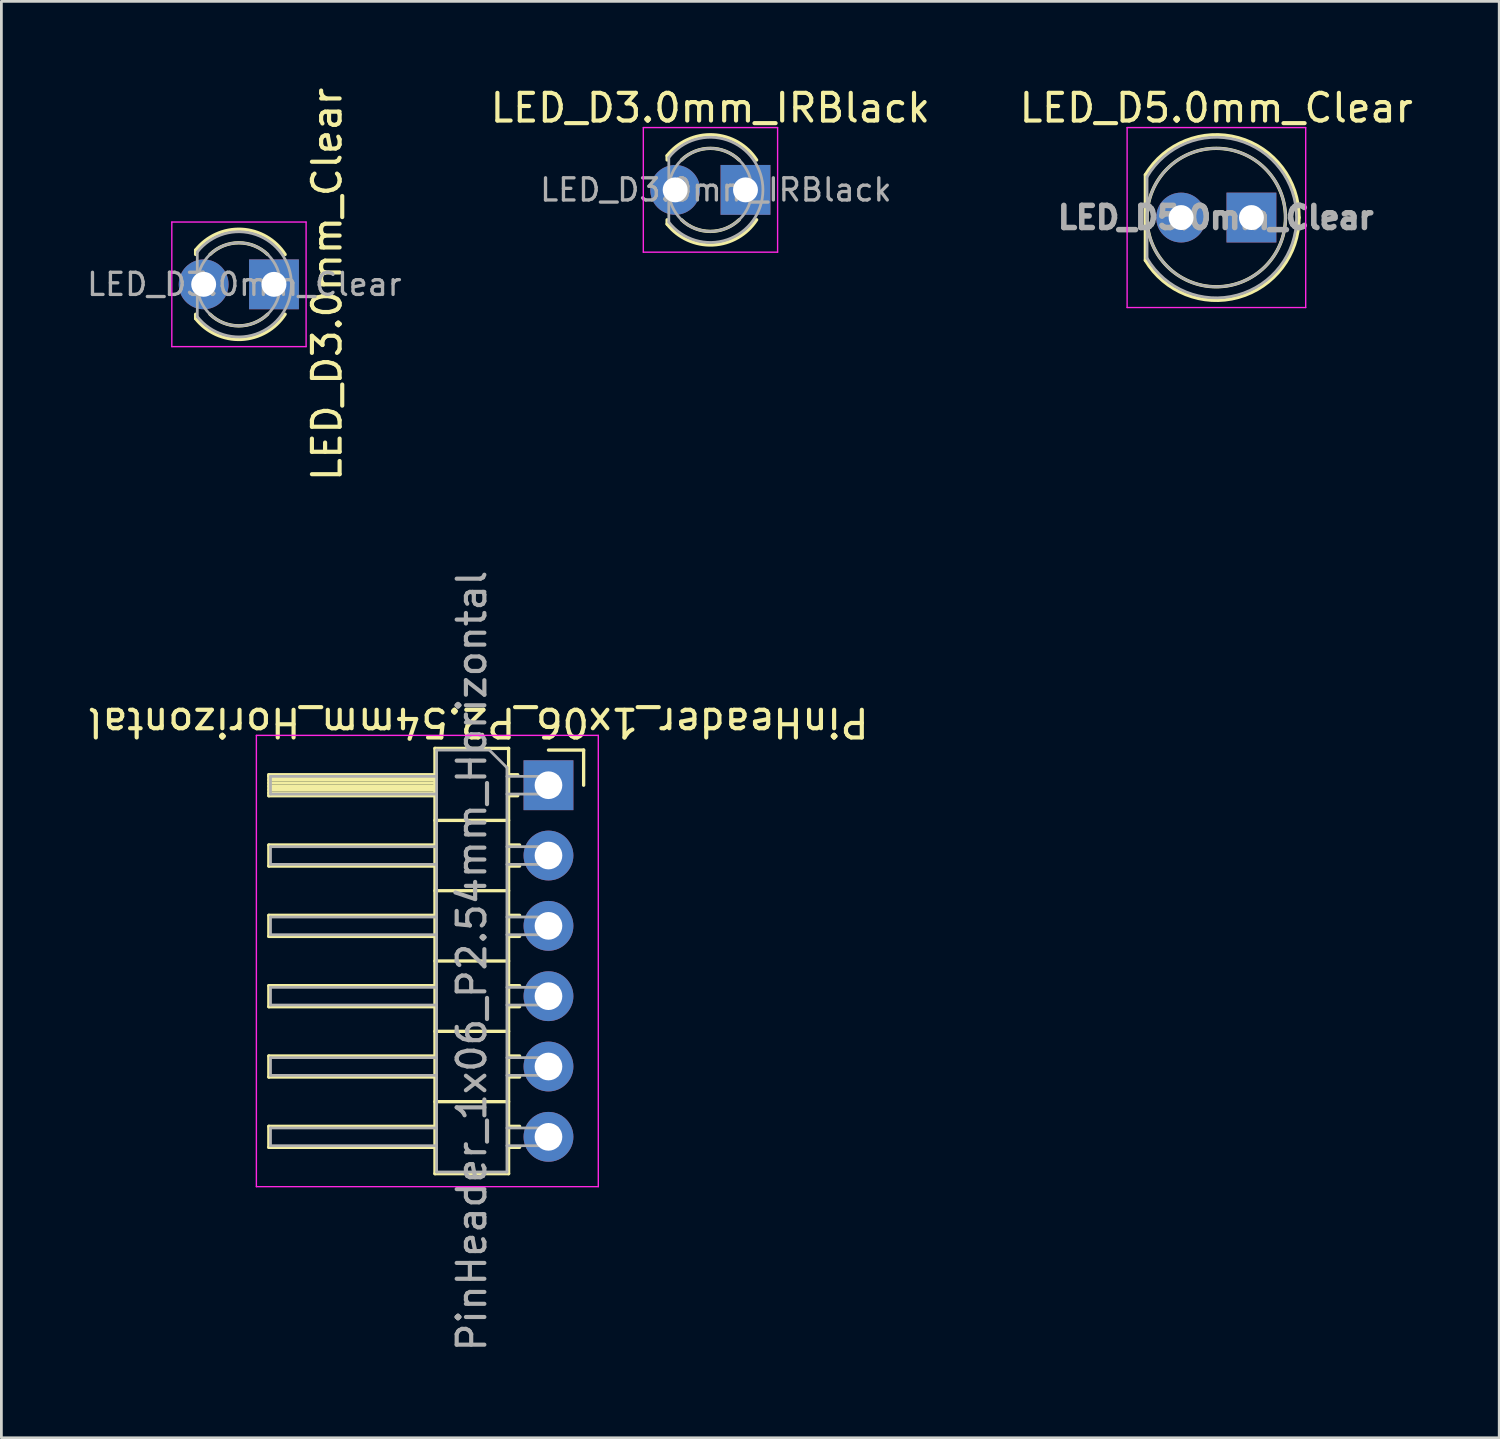
<source format=kicad_pcb>
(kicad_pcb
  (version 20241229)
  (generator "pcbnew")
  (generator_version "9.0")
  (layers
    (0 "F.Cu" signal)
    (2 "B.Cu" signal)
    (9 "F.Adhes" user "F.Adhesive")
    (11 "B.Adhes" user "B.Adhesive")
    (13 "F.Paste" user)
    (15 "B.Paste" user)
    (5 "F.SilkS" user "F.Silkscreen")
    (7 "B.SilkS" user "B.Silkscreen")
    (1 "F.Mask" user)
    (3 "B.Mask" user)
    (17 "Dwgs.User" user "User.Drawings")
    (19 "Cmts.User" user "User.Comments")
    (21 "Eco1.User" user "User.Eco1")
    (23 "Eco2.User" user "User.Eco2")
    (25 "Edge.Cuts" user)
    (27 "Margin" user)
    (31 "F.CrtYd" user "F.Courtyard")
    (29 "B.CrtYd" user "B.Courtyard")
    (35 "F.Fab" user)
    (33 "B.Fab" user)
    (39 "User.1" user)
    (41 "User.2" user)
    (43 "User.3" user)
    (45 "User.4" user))
  (footprint "PinHeader_1x06_P2.54mm_Horizontal"
    (layer "F.Cu")
    (at 16.76 25.311)
    (property "Reference" "PinHeader_1x06_P2.54mm_Horizontal" (at -2.54 -2.27 180) (unlocked yes) (layer "F.SilkS") (effects (font (size 1 1) (thickness 0.15))))
    (attr through_hole)
    (fp_line (start -10.1 -0.38) (end -10.1 0.38) (stroke (width 0.12) (type solid)) (layer "F.SilkS"))
    (fp_line (start -10.1 0.38) (end -4.1 0.38) (stroke (width 0.12) (type solid)) (layer "F.SilkS"))
    (fp_line (start -10.1 2.16) (end -10.1 2.92) (stroke (width 0.12) (type solid)) (layer "F.SilkS"))
    (fp_line (start -10.1 2.92) (end -4.1 2.92) (stroke (width 0.12) (type solid)) (layer "F.SilkS"))
    (fp_line (start -10.1 4.7) (end -10.1 5.46) (stroke (width 0.12) (type solid)) (layer "F.SilkS"))
    (fp_line (start -10.1 5.46) (end -4.1 5.46) (stroke (width 0.12) (type solid)) (layer "F.SilkS"))
    (fp_line (start -10.1 7.24) (end -10.1 8) (stroke (width 0.12) (type solid)) (layer "F.SilkS"))
    (fp_line (start -10.1 8) (end -4.1 8) (stroke (width 0.12) (type solid)) (layer "F.SilkS"))
    (fp_line (start -10.1 9.78) (end -10.1 10.54) (stroke (width 0.12) (type solid)) (layer "F.SilkS"))
    (fp_line (start -10.1 10.54) (end -4.1 10.54) (stroke (width 0.12) (type solid)) (layer "F.SilkS"))
    (fp_line (start -10.1 12.32) (end -10.1 13.08) (stroke (width 0.12) (type solid)) (layer "F.SilkS"))
    (fp_line (start -10.1 13.08) (end -4.1 13.08) (stroke (width 0.12) (type solid)) (layer "F.SilkS"))
    (fp_line (start -4.1 -1.33) (end -1.44 -1.33) (stroke (width 0.12) (type solid)) (layer "F.SilkS"))
    (fp_line (start -4.1 -0.38) (end -10.1 -0.38) (stroke (width 0.12) (type solid)) (layer "F.SilkS"))
    (fp_line (start -4.1 -0.32) (end -10.1 -0.32) (stroke (width 0.12) (type solid)) (layer "F.SilkS"))
    (fp_line (start -4.1 -0.2) (end -10.1 -0.2) (stroke (width 0.12) (type solid)) (layer "F.SilkS"))
    (fp_line (start -4.1 -0.08) (end -10.1 -0.08) (stroke (width 0.12) (type solid)) (layer "F.SilkS"))
    (fp_line (start -4.1 0.04) (end -10.1 0.04) (stroke (width 0.12) (type solid)) (layer "F.SilkS"))
    (fp_line (start -4.1 0.16) (end -10.1 0.16) (stroke (width 0.12) (type solid)) (layer "F.SilkS"))
    (fp_line (start -4.1 0.28) (end -10.1 0.28) (stroke (width 0.12) (type solid)) (layer "F.SilkS"))
    (fp_line (start -4.1 2.16) (end -10.1 2.16) (stroke (width 0.12) (type solid)) (layer "F.SilkS"))
    (fp_line (start -4.1 4.7) (end -10.1 4.7) (stroke (width 0.12) (type solid)) (layer "F.SilkS"))
    (fp_line (start -4.1 7.24) (end -10.1 7.24) (stroke (width 0.12) (type solid)) (layer "F.SilkS"))
    (fp_line (start -4.1 9.78) (end -10.1 9.78) (stroke (width 0.12) (type solid)) (layer "F.SilkS"))
    (fp_line (start -4.1 12.32) (end -10.1 12.32) (stroke (width 0.12) (type solid)) (layer "F.SilkS"))
    (fp_line (start -4.1 14.03) (end -4.1 -1.33) (stroke (width 0.12) (type solid)) (layer "F.SilkS"))
    (fp_line (start -1.44 -1.33) (end -1.44 14.03) (stroke (width 0.12) (type solid)) (layer "F.SilkS"))
    (fp_line (start -1.44 1.27) (end -4.1 1.27) (stroke (width 0.12) (type solid)) (layer "F.SilkS"))
    (fp_line (start -1.44 3.81) (end -4.1 3.81) (stroke (width 0.12) (type solid)) (layer "F.SilkS"))
    (fp_line (start -1.44 6.35) (end -4.1 6.35) (stroke (width 0.12) (type solid)) (layer "F.SilkS"))
    (fp_line (start -1.44 8.89) (end -4.1 8.89) (stroke (width 0.12) (type solid)) (layer "F.SilkS"))
    (fp_line (start -1.44 11.43) (end -4.1 11.43) (stroke (width 0.12) (type solid)) (layer "F.SilkS"))
    (fp_line (start -1.44 14.03) (end -4.1 14.03) (stroke (width 0.12) (type solid)) (layer "F.SilkS"))
    (fp_line (start -1.11 -0.38) (end -1.44 -0.38) (stroke (width 0.12) (type solid)) (layer "F.SilkS"))
    (fp_line (start -1.11 0.38) (end -1.44 0.38) (stroke (width 0.12) (type solid)) (layer "F.SilkS"))
    (fp_line (start -1.043 2.16) (end -1.44 2.16) (stroke (width 0.12) (type solid)) (layer "F.SilkS"))
    (fp_line (start -1.043 2.92) (end -1.44 2.92) (stroke (width 0.12) (type solid)) (layer "F.SilkS"))
    (fp_line (start -1.043 4.7) (end -1.44 4.7) (stroke (width 0.12) (type solid)) (layer "F.SilkS"))
    (fp_line (start -1.043 5.46) (end -1.44 5.46) (stroke (width 0.12) (type solid)) (layer "F.SilkS"))
    (fp_line (start -1.043 7.24) (end -1.44 7.24) (stroke (width 0.12) (type solid)) (layer "F.SilkS"))
    (fp_line (start -1.043 8) (end -1.44 8) (stroke (width 0.12) (type solid)) (layer "F.SilkS"))
    (fp_line (start -1.043 9.78) (end -1.44 9.78) (stroke (width 0.12) (type solid)) (layer "F.SilkS"))
    (fp_line (start -1.043 10.54) (end -1.44 10.54) (stroke (width 0.12) (type solid)) (layer "F.SilkS"))
    (fp_line (start -1.043 12.32) (end -1.44 12.32) (stroke (width 0.12) (type solid)) (layer "F.SilkS"))
    (fp_line (start -1.043 13.08) (end -1.44 13.08) (stroke (width 0.12) (type solid)) (layer "F.SilkS"))
    (fp_line (start 1.27 -1.27) (end 0 -1.27) (stroke (width 0.12) (type solid)) (layer "F.SilkS"))
    (fp_line (start 1.27 0) (end 1.27 -1.27) (stroke (width 0.12) (type solid)) (layer "F.SilkS"))
    (fp_line (start -10.55 -1.8) (end 1.8 -1.8) (stroke (width 0.05) (type solid)) (layer "F.CrtYd"))
    (fp_line (start -10.55 14.5) (end -10.55 -1.8) (stroke (width 0.05) (type solid)) (layer "F.CrtYd"))
    (fp_line (start 1.8 -1.8) (end 1.8 14.5) (stroke (width 0.05) (type solid)) (layer "F.CrtYd"))
    (fp_line (start 1.8 14.5) (end -10.55 14.5) (stroke (width 0.05) (type solid)) (layer "F.CrtYd"))
    (fp_line (start -10.04 -0.32) (end -10.04 0.32) (stroke (width 0.1) (type solid)) (layer "F.Fab"))
    (fp_line (start -10.04 2.22) (end -10.04 2.86) (stroke (width 0.1) (type solid)) (layer "F.Fab"))
    (fp_line (start -10.04 4.76) (end -10.04 5.4) (stroke (width 0.1) (type solid)) (layer "F.Fab"))
    (fp_line (start -10.04 7.3) (end -10.04 7.94) (stroke (width 0.1) (type solid)) (layer "F.Fab"))
    (fp_line (start -10.04 9.84) (end -10.04 10.48) (stroke (width 0.1) (type solid)) (layer "F.Fab"))
    (fp_line (start -10.04 12.38) (end -10.04 13.02) (stroke (width 0.1) (type solid)) (layer "F.Fab"))
    (fp_line (start -4.04 -1.27) (end -4.04 13.97) (stroke (width 0.1) (type solid)) (layer "F.Fab"))
    (fp_line (start -4.04 -0.32) (end -10.04 -0.32) (stroke (width 0.1) (type solid)) (layer "F.Fab"))
    (fp_line (start -4.04 0.32) (end -10.04 0.32) (stroke (width 0.1) (type solid)) (layer "F.Fab"))
    (fp_line (start -4.04 2.22) (end -10.04 2.22) (stroke (width 0.1) (type solid)) (layer "F.Fab"))
    (fp_line (start -4.04 2.86) (end -10.04 2.86) (stroke (width 0.1) (type solid)) (layer "F.Fab"))
    (fp_line (start -4.04 4.76) (end -10.04 4.76) (stroke (width 0.1) (type solid)) (layer "F.Fab"))
    (fp_line (start -4.04 5.4) (end -10.04 5.4) (stroke (width 0.1) (type solid)) (layer "F.Fab"))
    (fp_line (start -4.04 7.3) (end -10.04 7.3) (stroke (width 0.1) (type solid)) (layer "F.Fab"))
    (fp_line (start -4.04 7.94) (end -10.04 7.94) (stroke (width 0.1) (type solid)) (layer "F.Fab"))
    (fp_line (start -4.04 9.84) (end -10.04 9.84) (stroke (width 0.1) (type solid)) (layer "F.Fab"))
    (fp_line (start -4.04 10.48) (end -10.04 10.48) (stroke (width 0.1) (type solid)) (layer "F.Fab"))
    (fp_line (start -4.04 12.38) (end -10.04 12.38) (stroke (width 0.1) (type solid)) (layer "F.Fab"))
    (fp_line (start -4.04 13.02) (end -10.04 13.02) (stroke (width 0.1) (type solid)) (layer "F.Fab"))
    (fp_line (start -4.04 13.97) (end -1.5 13.97) (stroke (width 0.1) (type solid)) (layer "F.Fab"))
    (fp_line (start -2.135 -1.27) (end -4.04 -1.27) (stroke (width 0.1) (type solid)) (layer "F.Fab"))
    (fp_line (start -1.5 -0.635) (end -2.135 -1.27) (stroke (width 0.1) (type solid)) (layer "F.Fab"))
    (fp_line (start -1.5 13.97) (end -1.5 -0.635) (stroke (width 0.1) (type solid)) (layer "F.Fab"))
    (fp_line (start 0.32 -0.32) (end -1.5 -0.32) (stroke (width 0.1) (type solid)) (layer "F.Fab"))
    (fp_line (start 0.32 -0.32) (end 0.32 0.32) (stroke (width 0.1) (type solid)) (layer "F.Fab"))
    (fp_line (start 0.32 0.32) (end -1.5 0.32) (stroke (width 0.1) (type solid)) (layer "F.Fab"))
    (fp_line (start 0.32 2.22) (end -1.5 2.22) (stroke (width 0.1) (type solid)) (layer "F.Fab"))
    (fp_line (start 0.32 2.22) (end 0.32 2.86) (stroke (width 0.1) (type solid)) (layer "F.Fab"))
    (fp_line (start 0.32 2.86) (end -1.5 2.86) (stroke (width 0.1) (type solid)) (layer "F.Fab"))
    (fp_line (start 0.32 4.76) (end -1.5 4.76) (stroke (width 0.1) (type solid)) (layer "F.Fab"))
    (fp_line (start 0.32 4.76) (end 0.32 5.4) (stroke (width 0.1) (type solid)) (layer "F.Fab"))
    (fp_line (start 0.32 5.4) (end -1.5 5.4) (stroke (width 0.1) (type solid)) (layer "F.Fab"))
    (fp_line (start 0.32 7.3) (end -1.5 7.3) (stroke (width 0.1) (type solid)) (layer "F.Fab"))
    (fp_line (start 0.32 7.3) (end 0.32 7.94) (stroke (width 0.1) (type solid)) (layer "F.Fab"))
    (fp_line (start 0.32 7.94) (end -1.5 7.94) (stroke (width 0.1) (type solid)) (layer "F.Fab"))
    (fp_line (start 0.32 9.84) (end -1.5 9.84) (stroke (width 0.1) (type solid)) (layer "F.Fab"))
    (fp_line (start 0.32 9.84) (end 0.32 10.48) (stroke (width 0.1) (type solid)) (layer "F.Fab"))
    (fp_line (start 0.32 10.48) (end -1.5 10.48) (stroke (width 0.1) (type solid)) (layer "F.Fab"))
    (fp_line (start 0.32 12.38) (end -1.5 12.38) (stroke (width 0.1) (type solid)) (layer "F.Fab"))
    (fp_line (start 0.32 12.38) (end 0.32 13.02) (stroke (width 0.1) (type solid)) (layer "F.Fab"))
    (fp_line (start 0.32 13.02) (end -1.5 13.02) (stroke (width 0.1) (type solid)) (layer "F.Fab"))
    (fp_text user "${REFERENCE}" (at -2.77 6.35 270) (layer "F.Fab") (effects (font (size 1 1) (thickness 0.15))))
    (pad "1" thru_hole rect (at 0 0) (size 1.8 1.8) (drill 1) (layers "*.Cu" "*.Mask"))
    (pad "2" thru_hole circle (at 0 2.54) (size 1.8 1.8) (drill 1) (layers "*.Cu" "*.Mask"))
    (pad "3" thru_hole circle (at 0 5.08) (size 1.8 1.8) (drill 1) (layers "*.Cu" "*.Mask"))
    (pad "4" thru_hole circle (at 0 7.62) (size 1.8 1.8) (drill 1) (layers "*.Cu" "*.Mask"))
    (pad "5" thru_hole circle (at 0 10.16) (size 1.8 1.8) (drill 1) (layers "*.Cu" "*.Mask"))
    (pad "6" thru_hole circle (at 0 12.7) (size 1.8 1.8) (drill 1) (layers "*.Cu" "*.Mask")))
  (footprint "LED_D5.0mm_Clear"
    (layer "F.Cu")
    (at 39.61 4.808)
    (property "Reference" "LED_D5.0mm_Clear" (at 1.27 -3.96 0) (layer "F.SilkS") (effects (font (size 1 1) (thickness 0.15))))
    (attr through_hole)
    (fp_line (start -1.29 -1.545) (end -1.29 1.545) (stroke (width 0.12) (type solid)) (layer "F.SilkS"))
    (fp_arc (start -1.29 -1.54483) (mid 2.072002 -2.880433) (end 4.26 0.000462) (stroke (width 0.12) (type solid)) (layer "F.SilkS"))
    (fp_arc (start 4.26 -0.000462) (mid 2.072002 2.880433) (end -1.29 1.54483) (stroke (width 0.12) (type solid)) (layer "F.SilkS"))
    (fp_circle (center 1.27 0) (end 3.77 0) (stroke (width 0.12) (type solid)) (fill no) (layer "F.SilkS"))
    (fp_line (start -1.95 -3.25) (end -1.95 3.25) (stroke (width 0.05) (type solid)) (layer "F.CrtYd"))
    (fp_line (start -1.95 3.25) (end 4.5 3.25) (stroke (width 0.05) (type solid)) (layer "F.CrtYd"))
    (fp_line (start 4.5 -3.25) (end -1.95 -3.25) (stroke (width 0.05) (type solid)) (layer "F.CrtYd"))
    (fp_line (start 4.5 3.25) (end 4.5 -3.25) (stroke (width 0.05) (type solid)) (layer "F.CrtYd"))
    (fp_line (start -1.23 -1.47) (end -1.23 1.47) (stroke (width 0.1) (type solid)) (layer "F.Fab"))
    (fp_arc (start -1.23 -1.469694) (mid 4.17 0.000016) (end -1.230016 1.469666) (stroke (width 0.1) (type solid)) (layer "F.Fab"))
    (fp_circle (center 1.27 0) (end 3.77 0) (stroke (width 0.1) (type solid)) (fill no) (layer "F.Fab"))
    (fp_text user "${REFERENCE}" (at 1.25 0 0) (layer "F.Fab") (effects (font (size 0.8 0.8) (thickness 0.2))))
    (pad "1" thru_hole circle (at 0 0) (size 1.8 1.8) (drill 0.9) (layers "*.Cu" "*.Mask"))
    (pad "2" thru_hole rect (at 2.54 0) (size 1.8 1.8) (drill 0.9) (layers "*.Cu" "*.Mask")))
  (footprint "LED_D3.0mm_IRBlack"
    (layer "F.Cu")
    (at 21.336 3.808)
    (property "Reference" "LED_D3.0mm_IRBlack" (at 1.27 -2.96 0) (layer "F.SilkS") (effects (font (size 1 1) (thickness 0.15))))
    (attr through_hole)
    (fp_line (start -0.29 -1.236) (end -0.29 -1.08) (stroke (width 0.12) (type solid)) (layer "F.SilkS"))
    (fp_line (start -0.29 1.08) (end -0.29 1.236) (stroke (width 0.12) (type solid)) (layer "F.SilkS"))
    (fp_arc (start -0.29 -1.235516) (mid 1.366487 -1.987659) (end 2.942335 -1.078608) (stroke (width 0.12) (type solid)) (layer "F.SilkS"))
    (fp_arc (start 0.229039 -1.08) (mid 1.270117 -1.5) (end 2.31113 -1.079837) (stroke (width 0.12) (type solid)) (layer "F.SilkS"))
    (fp_arc (start 2.31113 1.079837) (mid 1.270117 1.5) (end 0.229039 1.08) (stroke (width 0.12) (type solid)) (layer "F.SilkS"))
    (fp_arc (start 2.942335 1.078608) (mid 1.366487 1.987659) (end -0.29 1.235516) (stroke (width 0.12) (type solid)) (layer "F.SilkS"))
    (fp_line (start -1.15 -2.25) (end -1.15 2.25) (stroke (width 0.05) (type solid)) (layer "F.CrtYd"))
    (fp_line (start -1.15 2.25) (end 3.7 2.25) (stroke (width 0.05) (type solid)) (layer "F.CrtYd"))
    (fp_line (start 3.7 -2.25) (end -1.15 -2.25) (stroke (width 0.05) (type solid)) (layer "F.CrtYd"))
    (fp_line (start 3.7 2.25) (end 3.7 -2.25) (stroke (width 0.05) (type solid)) (layer "F.CrtYd"))
    (fp_line (start -0.23 -1.166) (end -0.23 1.166) (stroke (width 0.1) (type solid)) (layer "F.Fab"))
    (fp_arc (start -0.23 -1.16619) (mid 3.17 0.000452) (end -0.230555 1.165476) (stroke (width 0.1) (type solid)) (layer "F.Fab"))
    (fp_circle (center 1.27 0) (end 2.77 0) (stroke (width 0.1) (type solid)) (fill no) (layer "F.Fab"))
    (fp_text user "${REFERENCE}" (at 1.47 0 0) (layer "F.Fab") (effects (font (size 0.8 0.8) (thickness 0.12))))
    (pad "1" thru_hole circle (at 0 0) (size 1.8 1.8) (drill 0.9) (layers "*.Cu" "*.Mask"))
    (pad "2" thru_hole rect (at 2.54 0) (size 1.8 1.8) (drill 0.9) (layers "*.Cu" "*.Mask")))
  (footprint "LED_D3.0mm_Clear"
    (layer "F.Cu")
    (at 4.306 7.22)
    (property "Reference" "LED_D3.0mm_Clear" (at 4.455 0 90) (layer "F.SilkS") (effects (font (size 1 1) (thickness 0.15))))
    (attr through_hole)
    (fp_line (start -0.29 -1.236) (end -0.29 -1.08) (stroke (width 0.12) (type solid)) (layer "F.SilkS"))
    (fp_line (start -0.29 1.08) (end -0.29 1.236) (stroke (width 0.12) (type solid)) (layer "F.SilkS"))
    (fp_arc (start -0.29 -1.235516) (mid 1.366487 -1.987659) (end 2.942335 -1.078608) (stroke (width 0.12) (type solid)) (layer "F.SilkS"))
    (fp_arc (start 0.229039 -1.08) (mid 1.270117 -1.5) (end 2.31113 -1.079837) (stroke (width 0.12) (type solid)) (layer "F.SilkS"))
    (fp_arc (start 2.31113 1.079837) (mid 1.270117 1.5) (end 0.229039 1.08) (stroke (width 0.12) (type solid)) (layer "F.SilkS"))
    (fp_arc (start 2.942335 1.078608) (mid 1.366487 1.987659) (end -0.29 1.235516) (stroke (width 0.12) (type solid)) (layer "F.SilkS"))
    (fp_line (start -1.15 -2.25) (end -1.15 2.25) (stroke (width 0.05) (type solid)) (layer "F.CrtYd"))
    (fp_line (start -1.15 2.25) (end 3.7 2.25) (stroke (width 0.05) (type solid)) (layer "F.CrtYd"))
    (fp_line (start 3.7 -2.25) (end -1.15 -2.25) (stroke (width 0.05) (type solid)) (layer "F.CrtYd"))
    (fp_line (start 3.7 2.25) (end 3.7 -2.25) (stroke (width 0.05) (type solid)) (layer "F.CrtYd"))
    (fp_line (start -0.23 -1.166) (end -0.23 1.166) (stroke (width 0.1) (type solid)) (layer "F.Fab"))
    (fp_arc (start -0.23 -1.16619) (mid 3.17 0.000452) (end -0.230555 1.165476) (stroke (width 0.1) (type solid)) (layer "F.Fab"))
    (fp_circle (center 1.27 0) (end 2.77 0) (stroke (width 0.1) (type solid)) (fill no) (layer "F.Fab"))
    (fp_text user "${REFERENCE}" (at 1.47 0 180) (layer "F.Fab") (effects (font (size 0.8 0.8) (thickness 0.12))))
    (pad "1" thru_hole circle (at 0 0) (size 1.8 1.8) (drill 0.9) (layers "*.Cu" "*.Mask"))
    (pad "2" thru_hole rect (at 2.54 0) (size 1.8 1.8) (drill 0.9) (layers "*.Cu" "*.Mask")))
  (gr_rect
    (start -3 -3)
    (end 51.1 48.881)
    (stroke (width 0.1) (type default))
    (fill no)
    (layer "Edge.Cuts")))
</source>
